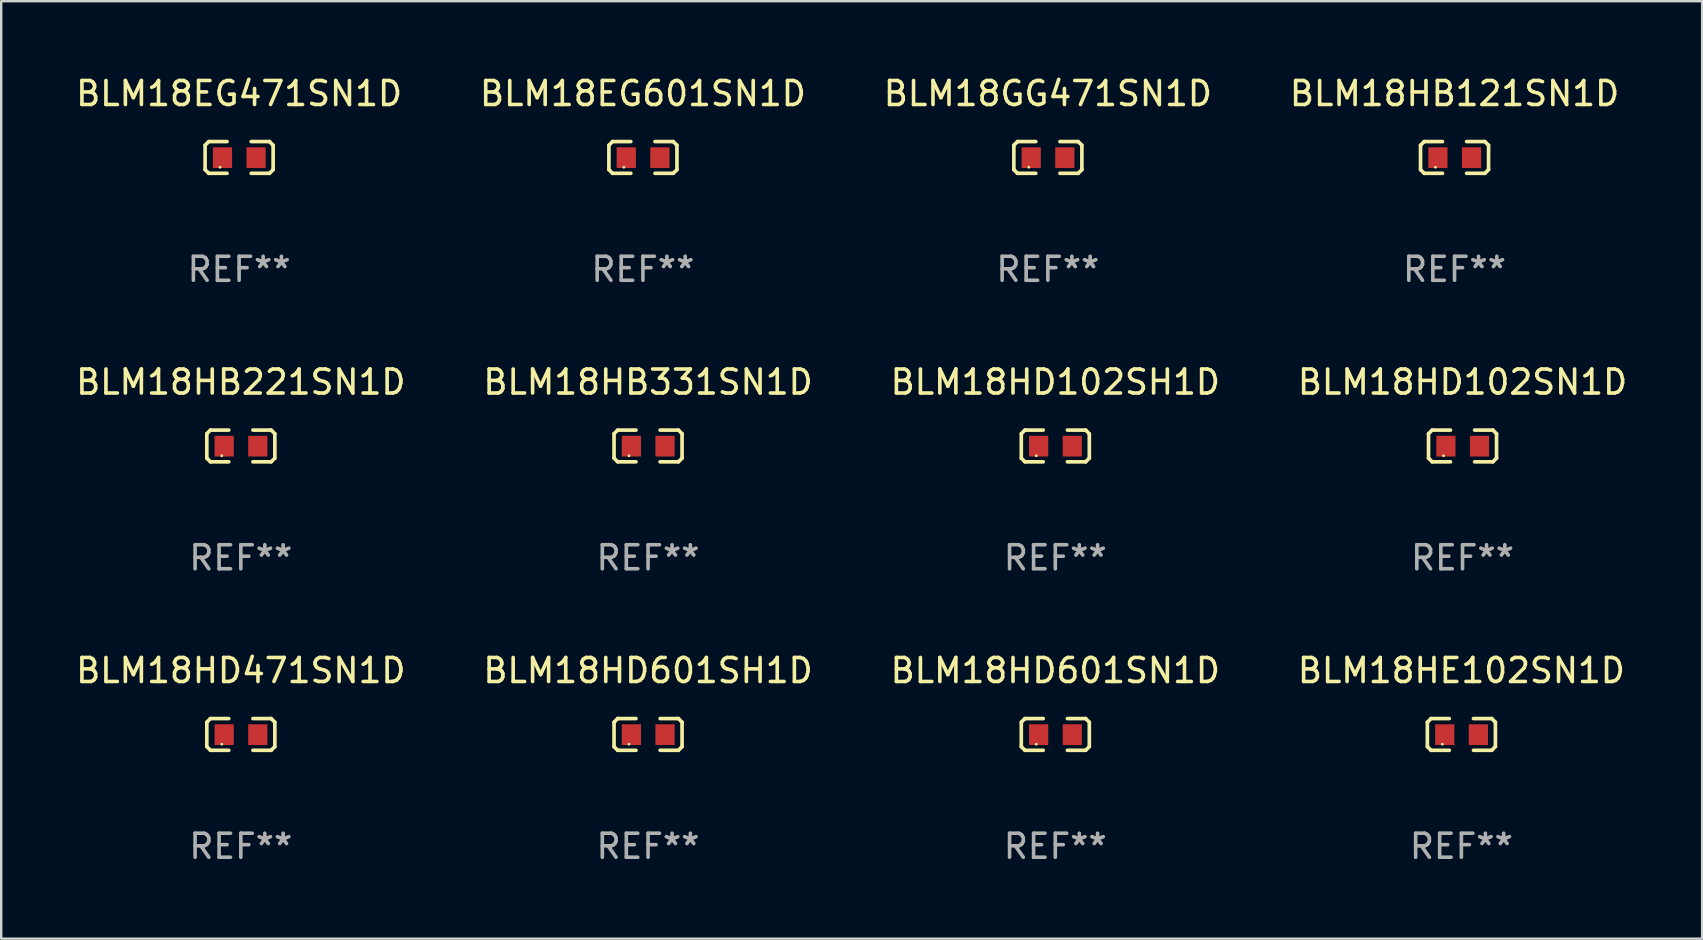
<source format=kicad_pcb>
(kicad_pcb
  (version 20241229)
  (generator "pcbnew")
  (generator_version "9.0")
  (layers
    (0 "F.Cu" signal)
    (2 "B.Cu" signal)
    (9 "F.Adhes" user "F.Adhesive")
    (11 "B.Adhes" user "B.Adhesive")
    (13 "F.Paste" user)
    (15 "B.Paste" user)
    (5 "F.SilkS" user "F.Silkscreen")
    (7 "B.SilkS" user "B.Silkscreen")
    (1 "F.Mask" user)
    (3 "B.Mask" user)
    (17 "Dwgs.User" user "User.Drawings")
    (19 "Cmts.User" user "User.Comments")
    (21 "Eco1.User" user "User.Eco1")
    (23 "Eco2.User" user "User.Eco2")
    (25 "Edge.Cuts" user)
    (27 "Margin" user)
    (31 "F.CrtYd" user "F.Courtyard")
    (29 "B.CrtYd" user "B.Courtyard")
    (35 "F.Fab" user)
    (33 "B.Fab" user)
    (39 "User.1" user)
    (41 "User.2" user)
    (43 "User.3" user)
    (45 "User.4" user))
  (footprint "BLM18HB221SN1D"
    (layer "F.Cu")
    (at 6.982 15.527)
    (property "Reference" "BLM18HB221SN1D" (at 0 -2.661 0) (layer "F.SilkS") (effects (font (size 1 1) (thickness 0.15))))
    (attr through_hole)
    (fp_line (start -1.417 -0.508) (end -1.265 -0.661) (stroke (width 0.152) (type solid)) (layer "F.SilkS"))
    (fp_line (start -1.417 0.508) (end -1.417 -0.508) (stroke (width 0.152) (type solid)) (layer "F.SilkS"))
    (fp_line (start -1.265 -0.661) (end -0.503 -0.661) (stroke (width 0.152) (type solid)) (layer "F.SilkS"))
    (fp_line (start -1.265 0.661) (end -1.417 0.508) (stroke (width 0.152) (type solid)) (layer "F.SilkS"))
    (fp_line (start -1.265 0.661) (end -0.503 0.661) (stroke (width 0.152) (type solid)) (layer "F.SilkS"))
    (fp_line (start 1.265 -0.661) (end 0.503 -0.661) (stroke (width 0.152) (type solid)) (layer "F.SilkS"))
    (fp_line (start 1.265 -0.661) (end 1.417 -0.508) (stroke (width 0.152) (type solid)) (layer "F.SilkS"))
    (fp_line (start 1.265 0.661) (end 0.503 0.661) (stroke (width 0.152) (type solid)) (layer "F.SilkS"))
    (fp_line (start 1.417 -0.508) (end 1.417 0.508) (stroke (width 0.152) (type solid)) (layer "F.SilkS"))
    (fp_line (start 1.417 0.508) (end 1.265 0.661) (stroke (width 0.152) (type solid)) (layer "F.SilkS"))
    (fp_circle (center -0.793 0.409) (end -0.763 0.409) (stroke (width 0.06) (type solid)) (fill no) (layer "F.SilkS"))
    (fp_text user "REF**" (at 0 4.661 0) (layer "F.Fab") (effects (font (size 1 1) (thickness 0.15))))
    (pad "1" smd rect (at -0.693 0.009 180) (size 0.8 0.864) (layers "F.Cu" "F.Mask" "F.Paste"))
    (pad "2" smd rect (at 0.707 0.009 180) (size 0.8 0.864) (layers "F.Cu" "F.Mask" "F.Paste")))
  (footprint "BLM18HB331SN1D"
    (layer "F.Cu")
    (at 23.946 15.527)
    (property "Reference" "BLM18HB331SN1D" (at 0 -2.661 0) (layer "F.SilkS") (effects (font (size 1 1) (thickness 0.15))))
    (attr through_hole)
    (fp_line (start -1.417 -0.508) (end -1.265 -0.661) (stroke (width 0.152) (type solid)) (layer "F.SilkS"))
    (fp_line (start -1.417 0.508) (end -1.417 -0.508) (stroke (width 0.152) (type solid)) (layer "F.SilkS"))
    (fp_line (start -1.265 -0.661) (end -0.503 -0.661) (stroke (width 0.152) (type solid)) (layer "F.SilkS"))
    (fp_line (start -1.265 0.661) (end -1.417 0.508) (stroke (width 0.152) (type solid)) (layer "F.SilkS"))
    (fp_line (start -1.265 0.661) (end -0.503 0.661) (stroke (width 0.152) (type solid)) (layer "F.SilkS"))
    (fp_line (start 1.265 -0.661) (end 0.503 -0.661) (stroke (width 0.152) (type solid)) (layer "F.SilkS"))
    (fp_line (start 1.265 -0.661) (end 1.417 -0.508) (stroke (width 0.152) (type solid)) (layer "F.SilkS"))
    (fp_line (start 1.265 0.661) (end 0.503 0.661) (stroke (width 0.152) (type solid)) (layer "F.SilkS"))
    (fp_line (start 1.417 -0.508) (end 1.417 0.508) (stroke (width 0.152) (type solid)) (layer "F.SilkS"))
    (fp_line (start 1.417 0.508) (end 1.265 0.661) (stroke (width 0.152) (type solid)) (layer "F.SilkS"))
    (fp_circle (center -0.793 0.409) (end -0.763 0.409) (stroke (width 0.06) (type solid)) (fill no) (layer "F.SilkS"))
    (fp_text user "REF**" (at 0 4.661 0) (layer "F.Fab") (effects (font (size 1 1) (thickness 0.15))))
    (pad "1" smd rect (at -0.693 0.009 180) (size 0.8 0.864) (layers "F.Cu" "F.Mask" "F.Paste"))
    (pad "2" smd rect (at 0.707 0.009 180) (size 0.8 0.864) (layers "F.Cu" "F.Mask" "F.Paste")))
  (footprint "BLM18EG601SN1D"
    (layer "F.Cu")
    (at 23.732 3.509)
    (property "Reference" "BLM18EG601SN1D" (at 0 -2.661 0) (layer "F.SilkS") (effects (font (size 1 1) (thickness 0.15))))
    (attr through_hole)
    (fp_line (start -1.417 -0.508) (end -1.265 -0.661) (stroke (width 0.152) (type solid)) (layer "F.SilkS"))
    (fp_line (start -1.417 0.508) (end -1.417 -0.508) (stroke (width 0.152) (type solid)) (layer "F.SilkS"))
    (fp_line (start -1.265 -0.661) (end -0.503 -0.661) (stroke (width 0.152) (type solid)) (layer "F.SilkS"))
    (fp_line (start -1.265 0.661) (end -1.417 0.508) (stroke (width 0.152) (type solid)) (layer "F.SilkS"))
    (fp_line (start -1.265 0.661) (end -0.503 0.661) (stroke (width 0.152) (type solid)) (layer "F.SilkS"))
    (fp_line (start 1.265 -0.661) (end 0.503 -0.661) (stroke (width 0.152) (type solid)) (layer "F.SilkS"))
    (fp_line (start 1.265 -0.661) (end 1.417 -0.508) (stroke (width 0.152) (type solid)) (layer "F.SilkS"))
    (fp_line (start 1.265 0.661) (end 0.503 0.661) (stroke (width 0.152) (type solid)) (layer "F.SilkS"))
    (fp_line (start 1.417 -0.508) (end 1.417 0.508) (stroke (width 0.152) (type solid)) (layer "F.SilkS"))
    (fp_line (start 1.417 0.508) (end 1.265 0.661) (stroke (width 0.152) (type solid)) (layer "F.SilkS"))
    (fp_circle (center -0.793 0.409) (end -0.763 0.409) (stroke (width 0.06) (type solid)) (fill no) (layer "F.SilkS"))
    (fp_text user "REF**" (at 0 4.661 0) (layer "F.Fab") (effects (font (size 1 1) (thickness 0.15))))
    (pad "1" smd rect (at -0.693 0.009 180) (size 0.8 0.864) (layers "F.Cu" "F.Mask" "F.Paste"))
    (pad "2" smd rect (at 0.707 0.009 180) (size 0.8 0.864) (layers "F.Cu" "F.Mask" "F.Paste")))
  (footprint "BLM18EG471SN1D"
    (layer "F.Cu")
    (at 6.911 3.509)
    (property "Reference" "BLM18EG471SN1D" (at 0 -2.661 0) (layer "F.SilkS") (effects (font (size 1 1) (thickness 0.15))))
    (attr through_hole)
    (fp_line (start -1.417 -0.508) (end -1.265 -0.661) (stroke (width 0.152) (type solid)) (layer "F.SilkS"))
    (fp_line (start -1.417 0.508) (end -1.417 -0.508) (stroke (width 0.152) (type solid)) (layer "F.SilkS"))
    (fp_line (start -1.265 -0.661) (end -0.503 -0.661) (stroke (width 0.152) (type solid)) (layer "F.SilkS"))
    (fp_line (start -1.265 0.661) (end -1.417 0.508) (stroke (width 0.152) (type solid)) (layer "F.SilkS"))
    (fp_line (start -1.265 0.661) (end -0.503 0.661) (stroke (width 0.152) (type solid)) (layer "F.SilkS"))
    (fp_line (start 1.265 -0.661) (end 0.503 -0.661) (stroke (width 0.152) (type solid)) (layer "F.SilkS"))
    (fp_line (start 1.265 -0.661) (end 1.417 -0.508) (stroke (width 0.152) (type solid)) (layer "F.SilkS"))
    (fp_line (start 1.265 0.661) (end 0.503 0.661) (stroke (width 0.152) (type solid)) (layer "F.SilkS"))
    (fp_line (start 1.417 -0.508) (end 1.417 0.508) (stroke (width 0.152) (type solid)) (layer "F.SilkS"))
    (fp_line (start 1.417 0.508) (end 1.265 0.661) (stroke (width 0.152) (type solid)) (layer "F.SilkS"))
    (fp_circle (center -0.793 0.409) (end -0.763 0.409) (stroke (width 0.06) (type solid)) (fill no) (layer "F.SilkS"))
    (fp_text user "REF**" (at 0 4.661 0) (layer "F.Fab") (effects (font (size 1 1) (thickness 0.15))))
    (pad "1" smd rect (at -0.693 0.009 180) (size 0.8 0.864) (layers "F.Cu" "F.Mask" "F.Paste"))
    (pad "2" smd rect (at 0.707 0.009 180) (size 0.8 0.864) (layers "F.Cu" "F.Mask" "F.Paste")))
  (footprint "BLM18HB121SN1D"
    (layer "F.Cu")
    (at 57.542 3.509)
    (property "Reference" "BLM18HB121SN1D" (at 0 -2.661 0) (layer "F.SilkS") (effects (font (size 1 1) (thickness 0.15))))
    (attr through_hole)
    (fp_line (start -1.417 -0.508) (end -1.265 -0.661) (stroke (width 0.152) (type solid)) (layer "F.SilkS"))
    (fp_line (start -1.417 0.508) (end -1.417 -0.508) (stroke (width 0.152) (type solid)) (layer "F.SilkS"))
    (fp_line (start -1.265 -0.661) (end -0.503 -0.661) (stroke (width 0.152) (type solid)) (layer "F.SilkS"))
    (fp_line (start -1.265 0.661) (end -1.417 0.508) (stroke (width 0.152) (type solid)) (layer "F.SilkS"))
    (fp_line (start -1.265 0.661) (end -0.503 0.661) (stroke (width 0.152) (type solid)) (layer "F.SilkS"))
    (fp_line (start 1.265 -0.661) (end 0.503 -0.661) (stroke (width 0.152) (type solid)) (layer "F.SilkS"))
    (fp_line (start 1.265 -0.661) (end 1.417 -0.508) (stroke (width 0.152) (type solid)) (layer "F.SilkS"))
    (fp_line (start 1.265 0.661) (end 0.503 0.661) (stroke (width 0.152) (type solid)) (layer "F.SilkS"))
    (fp_line (start 1.417 -0.508) (end 1.417 0.508) (stroke (width 0.152) (type solid)) (layer "F.SilkS"))
    (fp_line (start 1.417 0.508) (end 1.265 0.661) (stroke (width 0.152) (type solid)) (layer "F.SilkS"))
    (fp_circle (center -0.793 0.409) (end -0.763 0.409) (stroke (width 0.06) (type solid)) (fill no) (layer "F.SilkS"))
    (fp_text user "REF**" (at 0 4.661 0) (layer "F.Fab") (effects (font (size 1 1) (thickness 0.15))))
    (pad "1" smd rect (at -0.693 0.009 180) (size 0.8 0.864) (layers "F.Cu" "F.Mask" "F.Paste"))
    (pad "2" smd rect (at 0.707 0.009 180) (size 0.8 0.864) (layers "F.Cu" "F.Mask" "F.Paste")))
  (footprint "BLM18HD601SN1D"
    (layer "F.Cu")
    (at 40.911 27.544)
    (property "Reference" "BLM18HD601SN1D" (at 0 -2.661 0) (layer "F.SilkS") (effects (font (size 1 1) (thickness 0.15))))
    (attr through_hole)
    (fp_line (start -1.417 -0.508) (end -1.265 -0.661) (stroke (width 0.152) (type solid)) (layer "F.SilkS"))
    (fp_line (start -1.417 0.508) (end -1.417 -0.508) (stroke (width 0.152) (type solid)) (layer "F.SilkS"))
    (fp_line (start -1.265 -0.661) (end -0.503 -0.661) (stroke (width 0.152) (type solid)) (layer "F.SilkS"))
    (fp_line (start -1.265 0.661) (end -1.417 0.508) (stroke (width 0.152) (type solid)) (layer "F.SilkS"))
    (fp_line (start -1.265 0.661) (end -0.503 0.661) (stroke (width 0.152) (type solid)) (layer "F.SilkS"))
    (fp_line (start 1.265 -0.661) (end 0.503 -0.661) (stroke (width 0.152) (type solid)) (layer "F.SilkS"))
    (fp_line (start 1.265 -0.661) (end 1.417 -0.508) (stroke (width 0.152) (type solid)) (layer "F.SilkS"))
    (fp_line (start 1.265 0.661) (end 0.503 0.661) (stroke (width 0.152) (type solid)) (layer "F.SilkS"))
    (fp_line (start 1.417 -0.508) (end 1.417 0.508) (stroke (width 0.152) (type solid)) (layer "F.SilkS"))
    (fp_line (start 1.417 0.508) (end 1.265 0.661) (stroke (width 0.152) (type solid)) (layer "F.SilkS"))
    (fp_circle (center -0.793 0.409) (end -0.763 0.409) (stroke (width 0.06) (type solid)) (fill no) (layer "F.SilkS"))
    (fp_text user "REF**" (at 0 4.661 0) (layer "F.Fab") (effects (font (size 1 1) (thickness 0.15))))
    (pad "1" smd rect (at -0.693 0.009 180) (size 0.8 0.864) (layers "F.Cu" "F.Mask" "F.Paste"))
    (pad "2" smd rect (at 0.707 0.009 180) (size 0.8 0.864) (layers "F.Cu" "F.Mask" "F.Paste")))
  (footprint "BLM18HD102SH1D"
    (layer "F.Cu")
    (at 40.911 15.527)
    (property "Reference" "BLM18HD102SH1D" (at 0 -2.661 0) (layer "F.SilkS") (effects (font (size 1 1) (thickness 0.15))))
    (attr through_hole)
    (fp_line (start -1.417 -0.508) (end -1.265 -0.661) (stroke (width 0.152) (type solid)) (layer "F.SilkS"))
    (fp_line (start -1.417 0.508) (end -1.417 -0.508) (stroke (width 0.152) (type solid)) (layer "F.SilkS"))
    (fp_line (start -1.265 -0.661) (end -0.503 -0.661) (stroke (width 0.152) (type solid)) (layer "F.SilkS"))
    (fp_line (start -1.265 0.661) (end -1.417 0.508) (stroke (width 0.152) (type solid)) (layer "F.SilkS"))
    (fp_line (start -1.265 0.661) (end -0.503 0.661) (stroke (width 0.152) (type solid)) (layer "F.SilkS"))
    (fp_line (start 1.265 -0.661) (end 0.503 -0.661) (stroke (width 0.152) (type solid)) (layer "F.SilkS"))
    (fp_line (start 1.265 -0.661) (end 1.417 -0.508) (stroke (width 0.152) (type solid)) (layer "F.SilkS"))
    (fp_line (start 1.265 0.661) (end 0.503 0.661) (stroke (width 0.152) (type solid)) (layer "F.SilkS"))
    (fp_line (start 1.417 -0.508) (end 1.417 0.508) (stroke (width 0.152) (type solid)) (layer "F.SilkS"))
    (fp_line (start 1.417 0.508) (end 1.265 0.661) (stroke (width 0.152) (type solid)) (layer "F.SilkS"))
    (fp_circle (center -0.793 0.409) (end -0.763 0.409) (stroke (width 0.06) (type solid)) (fill no) (layer "F.SilkS"))
    (fp_text user "REF**" (at 0 4.661 0) (layer "F.Fab") (effects (font (size 1 1) (thickness 0.15))))
    (pad "1" smd rect (at -0.693 0.009 180) (size 0.8 0.864) (layers "F.Cu" "F.Mask" "F.Paste"))
    (pad "2" smd rect (at 0.707 0.009 180) (size 0.8 0.864) (layers "F.Cu" "F.Mask" "F.Paste")))
  (footprint "BLM18GG471SN1D"
    (layer "F.Cu")
    (at 40.601 3.509)
    (property "Reference" "BLM18GG471SN1D" (at 0 -2.661 0) (layer "F.SilkS") (effects (font (size 1 1) (thickness 0.15))))
    (attr through_hole)
    (fp_line (start -1.417 -0.508) (end -1.265 -0.661) (stroke (width 0.152) (type solid)) (layer "F.SilkS"))
    (fp_line (start -1.417 0.508) (end -1.417 -0.508) (stroke (width 0.152) (type solid)) (layer "F.SilkS"))
    (fp_line (start -1.265 -0.661) (end -0.503 -0.661) (stroke (width 0.152) (type solid)) (layer "F.SilkS"))
    (fp_line (start -1.265 0.661) (end -1.417 0.508) (stroke (width 0.152) (type solid)) (layer "F.SilkS"))
    (fp_line (start -1.265 0.661) (end -0.503 0.661) (stroke (width 0.152) (type solid)) (layer "F.SilkS"))
    (fp_line (start 1.265 -0.661) (end 0.503 -0.661) (stroke (width 0.152) (type solid)) (layer "F.SilkS"))
    (fp_line (start 1.265 -0.661) (end 1.417 -0.508) (stroke (width 0.152) (type solid)) (layer "F.SilkS"))
    (fp_line (start 1.265 0.661) (end 0.503 0.661) (stroke (width 0.152) (type solid)) (layer "F.SilkS"))
    (fp_line (start 1.417 -0.508) (end 1.417 0.508) (stroke (width 0.152) (type solid)) (layer "F.SilkS"))
    (fp_line (start 1.417 0.508) (end 1.265 0.661) (stroke (width 0.152) (type solid)) (layer "F.SilkS"))
    (fp_circle (center -0.793 0.409) (end -0.763 0.409) (stroke (width 0.06) (type solid)) (fill no) (layer "F.SilkS"))
    (fp_text user "REF**" (at 0 4.661 0) (layer "F.Fab") (effects (font (size 1 1) (thickness 0.15))))
    (pad "1" smd rect (at -0.693 0.009 180) (size 0.8 0.864) (layers "F.Cu" "F.Mask" "F.Paste"))
    (pad "2" smd rect (at 0.707 0.009 180) (size 0.8 0.864) (layers "F.Cu" "F.Mask" "F.Paste")))
  (footprint "BLM18HE102SN1D"
    (layer "F.Cu")
    (at 57.827 27.544)
    (property "Reference" "BLM18HE102SN1D" (at 0 -2.661 0) (layer "F.SilkS") (effects (font (size 1 1) (thickness 0.15))))
    (attr through_hole)
    (fp_line (start -1.417 -0.508) (end -1.265 -0.661) (stroke (width 0.152) (type solid)) (layer "F.SilkS"))
    (fp_line (start -1.417 0.508) (end -1.417 -0.508) (stroke (width 0.152) (type solid)) (layer "F.SilkS"))
    (fp_line (start -1.265 -0.661) (end -0.503 -0.661) (stroke (width 0.152) (type solid)) (layer "F.SilkS"))
    (fp_line (start -1.265 0.661) (end -1.417 0.508) (stroke (width 0.152) (type solid)) (layer "F.SilkS"))
    (fp_line (start -1.265 0.661) (end -0.503 0.661) (stroke (width 0.152) (type solid)) (layer "F.SilkS"))
    (fp_line (start 1.265 -0.661) (end 0.503 -0.661) (stroke (width 0.152) (type solid)) (layer "F.SilkS"))
    (fp_line (start 1.265 -0.661) (end 1.417 -0.508) (stroke (width 0.152) (type solid)) (layer "F.SilkS"))
    (fp_line (start 1.265 0.661) (end 0.503 0.661) (stroke (width 0.152) (type solid)) (layer "F.SilkS"))
    (fp_line (start 1.417 -0.508) (end 1.417 0.508) (stroke (width 0.152) (type solid)) (layer "F.SilkS"))
    (fp_line (start 1.417 0.508) (end 1.265 0.661) (stroke (width 0.152) (type solid)) (layer "F.SilkS"))
    (fp_circle (center -0.793 0.409) (end -0.763 0.409) (stroke (width 0.06) (type solid)) (fill no) (layer "F.SilkS"))
    (fp_text user "REF**" (at 0 4.661 0) (layer "F.Fab") (effects (font (size 1 1) (thickness 0.15))))
    (pad "1" smd rect (at -0.693 0.009 180) (size 0.8 0.864) (layers "F.Cu" "F.Mask" "F.Paste"))
    (pad "2" smd rect (at 0.707 0.009 180) (size 0.8 0.864) (layers "F.Cu" "F.Mask" "F.Paste")))
  (footprint "BLM18HD601SH1D"
    (layer "F.Cu")
    (at 23.946 27.544)
    (property "Reference" "BLM18HD601SH1D" (at 0 -2.661 0) (layer "F.SilkS") (effects (font (size 1 1) (thickness 0.15))))
    (attr through_hole)
    (fp_line (start -1.417 -0.508) (end -1.265 -0.661) (stroke (width 0.152) (type solid)) (layer "F.SilkS"))
    (fp_line (start -1.417 0.508) (end -1.417 -0.508) (stroke (width 0.152) (type solid)) (layer "F.SilkS"))
    (fp_line (start -1.265 -0.661) (end -0.503 -0.661) (stroke (width 0.152) (type solid)) (layer "F.SilkS"))
    (fp_line (start -1.265 0.661) (end -1.417 0.508) (stroke (width 0.152) (type solid)) (layer "F.SilkS"))
    (fp_line (start -1.265 0.661) (end -0.503 0.661) (stroke (width 0.152) (type solid)) (layer "F.SilkS"))
    (fp_line (start 1.265 -0.661) (end 0.503 -0.661) (stroke (width 0.152) (type solid)) (layer "F.SilkS"))
    (fp_line (start 1.265 -0.661) (end 1.417 -0.508) (stroke (width 0.152) (type solid)) (layer "F.SilkS"))
    (fp_line (start 1.265 0.661) (end 0.503 0.661) (stroke (width 0.152) (type solid)) (layer "F.SilkS"))
    (fp_line (start 1.417 -0.508) (end 1.417 0.508) (stroke (width 0.152) (type solid)) (layer "F.SilkS"))
    (fp_line (start 1.417 0.508) (end 1.265 0.661) (stroke (width 0.152) (type solid)) (layer "F.SilkS"))
    (fp_circle (center -0.793 0.409) (end -0.763 0.409) (stroke (width 0.06) (type solid)) (fill no) (layer "F.SilkS"))
    (fp_text user "REF**" (at 0 4.661 0) (layer "F.Fab") (effects (font (size 1 1) (thickness 0.15))))
    (pad "1" smd rect (at -0.693 0.009 180) (size 0.8 0.864) (layers "F.Cu" "F.Mask" "F.Paste"))
    (pad "2" smd rect (at 0.707 0.009 180) (size 0.8 0.864) (layers "F.Cu" "F.Mask" "F.Paste")))
  (footprint "BLM18HD471SN1D"
    (layer "F.Cu")
    (at 6.982 27.544)
    (property "Reference" "BLM18HD471SN1D" (at 0 -2.661 0) (layer "F.SilkS") (effects (font (size 1 1) (thickness 0.15))))
    (attr through_hole)
    (fp_line (start -1.417 -0.508) (end -1.265 -0.661) (stroke (width 0.152) (type solid)) (layer "F.SilkS"))
    (fp_line (start -1.417 0.508) (end -1.417 -0.508) (stroke (width 0.152) (type solid)) (layer "F.SilkS"))
    (fp_line (start -1.265 -0.661) (end -0.503 -0.661) (stroke (width 0.152) (type solid)) (layer "F.SilkS"))
    (fp_line (start -1.265 0.661) (end -1.417 0.508) (stroke (width 0.152) (type solid)) (layer "F.SilkS"))
    (fp_line (start -1.265 0.661) (end -0.503 0.661) (stroke (width 0.152) (type solid)) (layer "F.SilkS"))
    (fp_line (start 1.265 -0.661) (end 0.503 -0.661) (stroke (width 0.152) (type solid)) (layer "F.SilkS"))
    (fp_line (start 1.265 -0.661) (end 1.417 -0.508) (stroke (width 0.152) (type solid)) (layer "F.SilkS"))
    (fp_line (start 1.265 0.661) (end 0.503 0.661) (stroke (width 0.152) (type solid)) (layer "F.SilkS"))
    (fp_line (start 1.417 -0.508) (end 1.417 0.508) (stroke (width 0.152) (type solid)) (layer "F.SilkS"))
    (fp_line (start 1.417 0.508) (end 1.265 0.661) (stroke (width 0.152) (type solid)) (layer "F.SilkS"))
    (fp_circle (center -0.793 0.409) (end -0.763 0.409) (stroke (width 0.06) (type solid)) (fill no) (layer "F.SilkS"))
    (fp_text user "REF**" (at 0 4.661 0) (layer "F.Fab") (effects (font (size 1 1) (thickness 0.15))))
    (pad "1" smd rect (at -0.693 0.009 180) (size 0.8 0.864) (layers "F.Cu" "F.Mask" "F.Paste"))
    (pad "2" smd rect (at 0.707 0.009 180) (size 0.8 0.864) (layers "F.Cu" "F.Mask" "F.Paste")))
  (footprint "BLM18HD102SN1D"
    (layer "F.Cu")
    (at 57.875 15.527)
    (property "Reference" "BLM18HD102SN1D" (at 0 -2.661 0) (layer "F.SilkS") (effects (font (size 1 1) (thickness 0.15))))
    (attr through_hole)
    (fp_line (start -1.417 -0.508) (end -1.265 -0.661) (stroke (width 0.152) (type solid)) (layer "F.SilkS"))
    (fp_line (start -1.417 0.508) (end -1.417 -0.508) (stroke (width 0.152) (type solid)) (layer "F.SilkS"))
    (fp_line (start -1.265 -0.661) (end -0.503 -0.661) (stroke (width 0.152) (type solid)) (layer "F.SilkS"))
    (fp_line (start -1.265 0.661) (end -1.417 0.508) (stroke (width 0.152) (type solid)) (layer "F.SilkS"))
    (fp_line (start -1.265 0.661) (end -0.503 0.661) (stroke (width 0.152) (type solid)) (layer "F.SilkS"))
    (fp_line (start 1.265 -0.661) (end 0.503 -0.661) (stroke (width 0.152) (type solid)) (layer "F.SilkS"))
    (fp_line (start 1.265 -0.661) (end 1.417 -0.508) (stroke (width 0.152) (type solid)) (layer "F.SilkS"))
    (fp_line (start 1.265 0.661) (end 0.503 0.661) (stroke (width 0.152) (type solid)) (layer "F.SilkS"))
    (fp_line (start 1.417 -0.508) (end 1.417 0.508) (stroke (width 0.152) (type solid)) (layer "F.SilkS"))
    (fp_line (start 1.417 0.508) (end 1.265 0.661) (stroke (width 0.152) (type solid)) (layer "F.SilkS"))
    (fp_circle (center -0.793 0.409) (end -0.763 0.409) (stroke (width 0.06) (type solid)) (fill no) (layer "F.SilkS"))
    (fp_text user "REF**" (at 0 4.661 0) (layer "F.Fab") (effects (font (size 1 1) (thickness 0.15))))
    (pad "1" smd rect (at -0.693 0.009 180) (size 0.8 0.864) (layers "F.Cu" "F.Mask" "F.Paste"))
    (pad "2" smd rect (at 0.707 0.009 180) (size 0.8 0.864) (layers "F.Cu" "F.Mask" "F.Paste")))
  (gr_rect
    (start -3 -3)
    (end 67.857 36.053)
    (stroke (width 0.1) (type default))
    (fill no)
    (layer "Edge.Cuts")))
</source>
